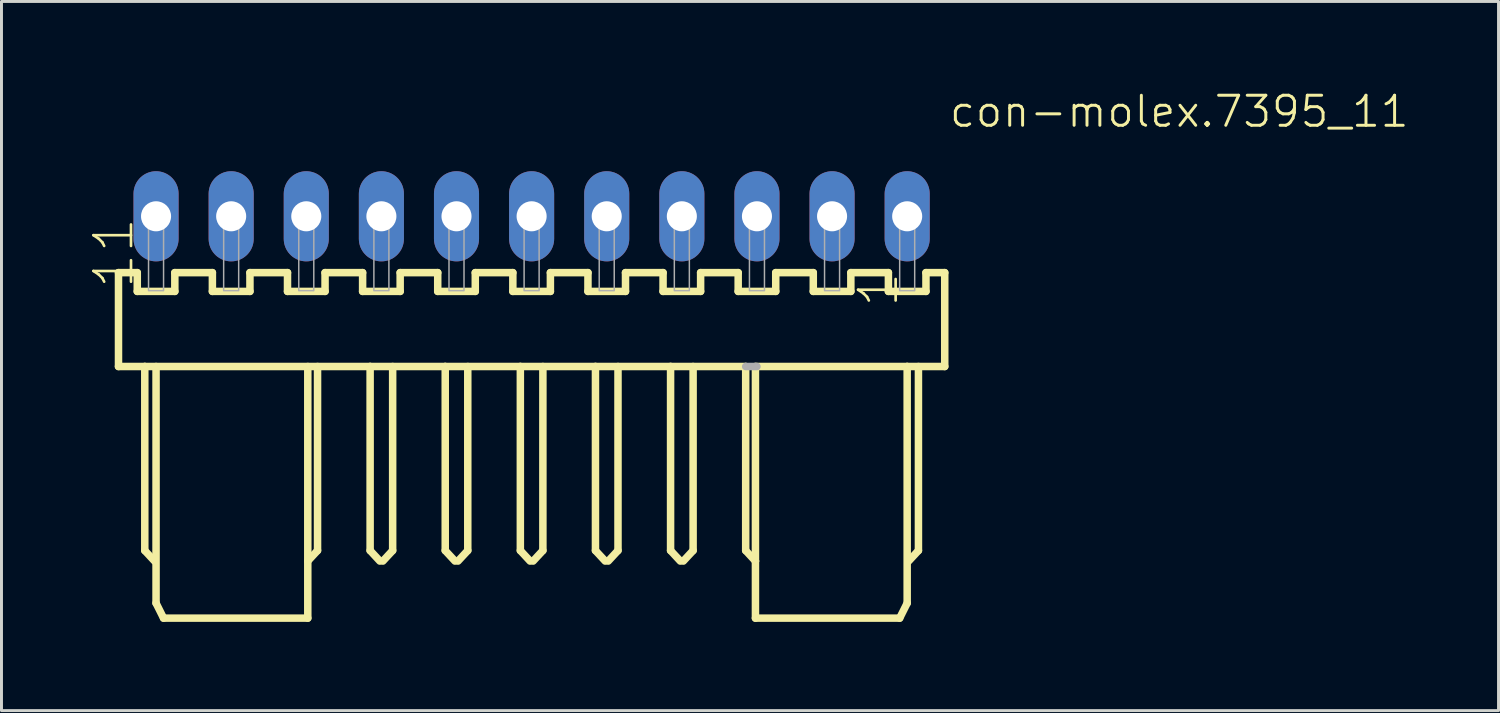
<source format=kicad_pcb>
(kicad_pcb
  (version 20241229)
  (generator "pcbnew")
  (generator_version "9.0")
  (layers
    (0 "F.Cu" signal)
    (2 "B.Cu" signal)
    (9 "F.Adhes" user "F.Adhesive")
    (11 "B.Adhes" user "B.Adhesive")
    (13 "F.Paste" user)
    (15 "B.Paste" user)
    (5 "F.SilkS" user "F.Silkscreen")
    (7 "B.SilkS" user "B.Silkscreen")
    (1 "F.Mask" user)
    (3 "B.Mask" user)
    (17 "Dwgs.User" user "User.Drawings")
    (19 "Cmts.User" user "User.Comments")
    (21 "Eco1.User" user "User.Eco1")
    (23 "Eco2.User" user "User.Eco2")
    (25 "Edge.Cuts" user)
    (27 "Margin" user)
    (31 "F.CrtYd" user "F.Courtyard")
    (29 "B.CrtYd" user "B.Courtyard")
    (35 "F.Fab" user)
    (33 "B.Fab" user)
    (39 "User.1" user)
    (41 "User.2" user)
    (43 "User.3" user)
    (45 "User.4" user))
  (footprint "con-molex.7395_11"
    (layer "F.Cu")
    (at 14.927 4.264)
    (property "Reference" "con-molex.7395_11" (at 14.07 -2.948 180) (layer "F.SilkS") (effects (font (size 1.016 1.016) (thickness 0.1)) (justify left bottom)))
    (attr through_hole)
    (fp_line (start -13.97 1.905) (end -13.97 5.08) (stroke (width 0.254) (type default)) (layer "F.SilkS"))
    (fp_line (start -13.97 5.08) (end -13.081 5.08) (stroke (width 0.254) (type default)) (layer "F.SilkS"))
    (fp_line (start -13.335 1.905) (end -13.97 1.905) (stroke (width 0.254) (type default)) (layer "F.SilkS"))
    (fp_line (start -13.335 2.54) (end -13.335 1.905) (stroke (width 0.254) (type default)) (layer "F.SilkS"))
    (fp_line (start -13.081 5.08) (end -13.081 11.303) (stroke (width 0.254) (type default)) (layer "F.SilkS"))
    (fp_line (start -13.081 5.08) (end -5.461 5.08) (stroke (width 0.254) (type default)) (layer "F.SilkS"))
    (fp_line (start -13.081 11.303) (end -12.751 11.659) (stroke (width 0.254) (type default)) (layer "F.SilkS"))
    (fp_line (start -12.7 5.08) (end -12.7 13.081) (stroke (width 0.254) (type default)) (layer "F.SilkS"))
    (fp_line (start -12.7 13.081) (end -12.446 13.589) (stroke (width 0.254) (type default)) (layer "F.SilkS"))
    (fp_line (start -12.446 13.589) (end -7.569 13.589) (stroke (width 0.254) (type default)) (layer "F.SilkS"))
    (fp_line (start -12.065 1.905) (end -12.065 2.54) (stroke (width 0.254) (type default)) (layer "F.SilkS"))
    (fp_line (start -12.065 2.54) (end -13.335 2.54) (stroke (width 0.254) (type default)) (layer "F.SilkS"))
    (fp_line (start -10.795 1.905) (end -12.065 1.905) (stroke (width 0.254) (type default)) (layer "F.SilkS"))
    (fp_line (start -10.795 2.54) (end -10.795 1.905) (stroke (width 0.254) (type default)) (layer "F.SilkS"))
    (fp_line (start -9.525 1.905) (end -9.525 2.54) (stroke (width 0.254) (type default)) (layer "F.SilkS"))
    (fp_line (start -9.525 2.54) (end -10.795 2.54) (stroke (width 0.254) (type default)) (layer "F.SilkS"))
    (fp_line (start -8.255 1.905) (end -9.525 1.905) (stroke (width 0.254) (type default)) (layer "F.SilkS"))
    (fp_line (start -8.255 2.54) (end -8.255 1.905) (stroke (width 0.254) (type default)) (layer "F.SilkS"))
    (fp_line (start -7.569 13.589) (end -7.569 5.08) (stroke (width 0.254) (type default)) (layer "F.SilkS"))
    (fp_line (start -7.239 5.08) (end -7.239 11.303) (stroke (width 0.254) (type default)) (layer "F.SilkS"))
    (fp_line (start -7.239 11.303) (end -7.569 11.659) (stroke (width 0.254) (type default)) (layer "F.SilkS"))
    (fp_line (start -6.985 1.905) (end -6.985 2.54) (stroke (width 0.254) (type default)) (layer "F.SilkS"))
    (fp_line (start -6.985 2.54) (end -8.255 2.54) (stroke (width 0.254) (type default)) (layer "F.SilkS"))
    (fp_line (start -5.715 1.905) (end -6.985 1.905) (stroke (width 0.254) (type default)) (layer "F.SilkS"))
    (fp_line (start -5.715 2.54) (end -5.715 1.905) (stroke (width 0.254) (type default)) (layer "F.SilkS"))
    (fp_line (start -5.461 5.08) (end -5.461 11.303) (stroke (width 0.254) (type default)) (layer "F.SilkS"))
    (fp_line (start -5.461 5.08) (end -2.921 5.08) (stroke (width 0.254) (type default)) (layer "F.SilkS"))
    (fp_line (start -5.461 11.303) (end -5.131 11.659) (stroke (width 0.254) (type default)) (layer "F.SilkS"))
    (fp_line (start -4.699 5.08) (end -4.699 11.303) (stroke (width 0.254) (type default)) (layer "F.SilkS"))
    (fp_line (start -4.699 11.303) (end -5.029 11.659) (stroke (width 0.254) (type default)) (layer "F.SilkS"))
    (fp_line (start -4.445 1.905) (end -4.445 2.54) (stroke (width 0.254) (type default)) (layer "F.SilkS"))
    (fp_line (start -4.445 2.54) (end -5.715 2.54) (stroke (width 0.254) (type default)) (layer "F.SilkS"))
    (fp_line (start -3.175 1.905) (end -4.445 1.905) (stroke (width 0.254) (type default)) (layer "F.SilkS"))
    (fp_line (start -3.175 2.54) (end -3.175 1.905) (stroke (width 0.254) (type default)) (layer "F.SilkS"))
    (fp_line (start -2.921 5.08) (end -2.921 11.303) (stroke (width 0.254) (type default)) (layer "F.SilkS"))
    (fp_line (start -2.921 5.08) (end -0.381 5.08) (stroke (width 0.254) (type default)) (layer "F.SilkS"))
    (fp_line (start -2.921 11.303) (end -2.591 11.659) (stroke (width 0.254) (type default)) (layer "F.SilkS"))
    (fp_line (start -2.159 5.08) (end -2.159 11.303) (stroke (width 0.254) (type default)) (layer "F.SilkS"))
    (fp_line (start -2.159 11.303) (end -2.489 11.659) (stroke (width 0.254) (type default)) (layer "F.SilkS"))
    (fp_line (start -1.905 1.905) (end -1.905 2.54) (stroke (width 0.254) (type default)) (layer "F.SilkS"))
    (fp_line (start -1.905 2.54) (end -3.175 2.54) (stroke (width 0.254) (type default)) (layer "F.SilkS"))
    (fp_line (start -0.635 1.905) (end -1.905 1.905) (stroke (width 0.254) (type default)) (layer "F.SilkS"))
    (fp_line (start -0.635 2.54) (end -0.635 1.905) (stroke (width 0.254) (type default)) (layer "F.SilkS"))
    (fp_line (start -0.381 5.08) (end -0.381 11.303) (stroke (width 0.254) (type default)) (layer "F.SilkS"))
    (fp_line (start -0.381 5.08) (end 2.159 5.08) (stroke (width 0.254) (type default)) (layer "F.SilkS"))
    (fp_line (start -0.381 11.303) (end -0.051 11.659) (stroke (width 0.254) (type default)) (layer "F.SilkS"))
    (fp_line (start 0.381 5.08) (end 0.381 11.303) (stroke (width 0.254) (type default)) (layer "F.SilkS"))
    (fp_line (start 0.381 11.303) (end 0.051 11.659) (stroke (width 0.254) (type default)) (layer "F.SilkS"))
    (fp_line (start 0.635 1.905) (end 0.635 2.54) (stroke (width 0.254) (type default)) (layer "F.SilkS"))
    (fp_line (start 0.635 2.54) (end -0.635 2.54) (stroke (width 0.254) (type default)) (layer "F.SilkS"))
    (fp_line (start 1.905 1.905) (end 0.635 1.905) (stroke (width 0.254) (type default)) (layer "F.SilkS"))
    (fp_line (start 1.905 2.54) (end 1.905 1.905) (stroke (width 0.254) (type default)) (layer "F.SilkS"))
    (fp_line (start 2.159 5.08) (end 2.159 11.303) (stroke (width 0.254) (type default)) (layer "F.SilkS"))
    (fp_line (start 2.159 5.08) (end 4.699 5.08) (stroke (width 0.254) (type default)) (layer "F.SilkS"))
    (fp_line (start 2.159 11.303) (end 2.489 11.659) (stroke (width 0.254) (type default)) (layer "F.SilkS"))
    (fp_line (start 2.921 5.08) (end 2.921 11.303) (stroke (width 0.254) (type default)) (layer "F.SilkS"))
    (fp_line (start 2.921 11.303) (end 2.591 11.659) (stroke (width 0.254) (type default)) (layer "F.SilkS"))
    (fp_line (start 3.175 1.905) (end 3.175 2.54) (stroke (width 0.254) (type default)) (layer "F.SilkS"))
    (fp_line (start 3.175 2.54) (end 1.905 2.54) (stroke (width 0.254) (type default)) (layer "F.SilkS"))
    (fp_line (start 4.445 1.905) (end 3.175 1.905) (stroke (width 0.254) (type default)) (layer "F.SilkS"))
    (fp_line (start 4.445 2.54) (end 4.445 1.905) (stroke (width 0.254) (type default)) (layer "F.SilkS"))
    (fp_line (start 4.699 5.08) (end 4.699 11.303) (stroke (width 0.254) (type default)) (layer "F.SilkS"))
    (fp_line (start 4.699 5.08) (end 7.239 5.08) (stroke (width 0.254) (type default)) (layer "F.SilkS"))
    (fp_line (start 4.699 11.303) (end 5.029 11.659) (stroke (width 0.254) (type default)) (layer "F.SilkS"))
    (fp_line (start 5.461 5.08) (end 5.461 11.303) (stroke (width 0.254) (type default)) (layer "F.SilkS"))
    (fp_line (start 5.461 11.303) (end 5.131 11.659) (stroke (width 0.254) (type default)) (layer "F.SilkS"))
    (fp_line (start 5.715 1.905) (end 5.715 2.54) (stroke (width 0.254) (type default)) (layer "F.SilkS"))
    (fp_line (start 5.715 2.54) (end 4.445 2.54) (stroke (width 0.254) (type default)) (layer "F.SilkS"))
    (fp_line (start 6.985 1.905) (end 5.715 1.905) (stroke (width 0.254) (type default)) (layer "F.SilkS"))
    (fp_line (start 6.985 2.54) (end 6.985 1.905) (stroke (width 0.254) (type default)) (layer "F.SilkS"))
    (fp_line (start 7.239 5.08) (end 7.239 11.303) (stroke (width 0.254) (type default)) (layer "F.SilkS"))
    (fp_line (start 7.239 5.08) (end 7.569 5.08) (stroke (width 0.127) (type default)) (layer "F.SilkS"))
    (fp_line (start 7.239 11.303) (end 7.569 11.659) (stroke (width 0.254) (type default)) (layer "F.SilkS"))
    (fp_line (start 7.569 5.08) (end 12.7 5.08) (stroke (width 0.254) (type default)) (layer "F.SilkS"))
    (fp_line (start 7.569 11.659) (end 7.569 5.08) (stroke (width 0.254) (type default)) (layer "F.SilkS"))
    (fp_line (start 7.569 13.589) (end 7.569 11.659) (stroke (width 0.254) (type default)) (layer "F.SilkS"))
    (fp_line (start 8.255 1.905) (end 8.255 2.54) (stroke (width 0.254) (type default)) (layer "F.SilkS"))
    (fp_line (start 8.255 2.54) (end 6.985 2.54) (stroke (width 0.254) (type default)) (layer "F.SilkS"))
    (fp_line (start 9.525 1.905) (end 8.255 1.905) (stroke (width 0.254) (type default)) (layer "F.SilkS"))
    (fp_line (start 9.525 2.54) (end 9.525 1.905) (stroke (width 0.254) (type default)) (layer "F.SilkS"))
    (fp_line (start 10.795 1.905) (end 10.795 2.54) (stroke (width 0.254) (type default)) (layer "F.SilkS"))
    (fp_line (start 10.795 2.54) (end 9.525 2.54) (stroke (width 0.254) (type default)) (layer "F.SilkS"))
    (fp_line (start 12.065 1.905) (end 10.795 1.905) (stroke (width 0.254) (type default)) (layer "F.SilkS"))
    (fp_line (start 12.065 2.54) (end 12.065 1.905) (stroke (width 0.254) (type default)) (layer "F.SilkS"))
    (fp_line (start 12.446 13.589) (end 7.569 13.589) (stroke (width 0.254) (type default)) (layer "F.SilkS"))
    (fp_line (start 12.7 5.08) (end 12.7 13.081) (stroke (width 0.254) (type default)) (layer "F.SilkS"))
    (fp_line (start 12.7 5.08) (end 13.97 5.08) (stroke (width 0.254) (type default)) (layer "F.SilkS"))
    (fp_line (start 12.7 13.081) (end 12.446 13.589) (stroke (width 0.254) (type default)) (layer "F.SilkS"))
    (fp_line (start 13.081 5.08) (end 13.081 11.303) (stroke (width 0.254) (type default)) (layer "F.SilkS"))
    (fp_line (start 13.081 11.303) (end 12.751 11.659) (stroke (width 0.254) (type default)) (layer "F.SilkS"))
    (fp_line (start 13.335 1.905) (end 13.335 2.54) (stroke (width 0.254) (type default)) (layer "F.SilkS"))
    (fp_line (start 13.335 2.54) (end 12.065 2.54) (stroke (width 0.254) (type default)) (layer "F.SilkS"))
    (fp_line (start 13.97 1.905) (end 13.335 1.905) (stroke (width 0.254) (type default)) (layer "F.SilkS"))
    (fp_line (start 13.97 5.08) (end 13.97 1.905) (stroke (width 0.254) (type default)) (layer "F.SilkS"))
    (fp_line (start 7.62 5.08) (end 7.239 5.08) (stroke (width 0.254) (type default)) (layer "F.Fab"))
    (fp_rect (start -12.954 0.254) (end -12.446 -0.254) (stroke (width 0.05) (type default)) (fill no) (layer "F.Fab"))
    (fp_rect (start -12.954 2.515) (end -12.446 0.279) (stroke (width 0.05) (type default)) (fill no) (layer "F.Fab"))
    (fp_rect (start -10.414 0.254) (end -9.906 -0.254) (stroke (width 0.05) (type default)) (fill no) (layer "F.Fab"))
    (fp_rect (start -10.414 2.515) (end -9.906 0.279) (stroke (width 0.05) (type default)) (fill no) (layer "F.Fab"))
    (fp_rect (start -7.874 0.254) (end -7.366 -0.254) (stroke (width 0.05) (type default)) (fill no) (layer "F.Fab"))
    (fp_rect (start -7.874 2.515) (end -7.366 0.279) (stroke (width 0.05) (type default)) (fill no) (layer "F.Fab"))
    (fp_rect (start -5.334 0.254) (end -4.826 -0.254) (stroke (width 0.05) (type default)) (fill no) (layer "F.Fab"))
    (fp_rect (start -5.334 2.515) (end -4.826 0.279) (stroke (width 0.05) (type default)) (fill no) (layer "F.Fab"))
    (fp_rect (start -2.794 0.254) (end -2.286 -0.254) (stroke (width 0.05) (type default)) (fill no) (layer "F.Fab"))
    (fp_rect (start -2.794 2.515) (end -2.286 0.279) (stroke (width 0.05) (type default)) (fill no) (layer "F.Fab"))
    (fp_rect (start -0.254 0.254) (end 0.254 -0.254) (stroke (width 0.05) (type default)) (fill no) (layer "F.Fab"))
    (fp_rect (start -0.254 2.515) (end 0.254 0.279) (stroke (width 0.05) (type default)) (fill no) (layer "F.Fab"))
    (fp_rect (start 2.286 0.254) (end 2.794 -0.254) (stroke (width 0.05) (type default)) (fill no) (layer "F.Fab"))
    (fp_rect (start 2.286 2.515) (end 2.794 0.279) (stroke (width 0.05) (type default)) (fill no) (layer "F.Fab"))
    (fp_rect (start 4.826 0.254) (end 5.334 -0.254) (stroke (width 0.05) (type default)) (fill no) (layer "F.Fab"))
    (fp_rect (start 4.826 2.515) (end 5.334 0.279) (stroke (width 0.05) (type default)) (fill no) (layer "F.Fab"))
    (fp_rect (start 7.366 0.254) (end 7.874 -0.254) (stroke (width 0.05) (type default)) (fill no) (layer "F.Fab"))
    (fp_rect (start 7.366 2.515) (end 7.874 0.279) (stroke (width 0.05) (type default)) (fill no) (layer "F.Fab"))
    (fp_rect (start 9.906 0.254) (end 10.414 -0.254) (stroke (width 0.05) (type default)) (fill no) (layer "F.Fab"))
    (fp_rect (start 9.906 2.515) (end 10.414 0.279) (stroke (width 0.05) (type default)) (fill no) (layer "F.Fab"))
    (fp_rect (start 12.446 0.254) (end 12.954 -0.254) (stroke (width 0.05) (type default)) (fill no) (layer "F.Fab"))
    (fp_rect (start 12.446 2.515) (end 12.954 0.279) (stroke (width 0.05) (type default)) (fill no) (layer "F.Fab"))
    (fp_text user "1" (at 12.47 3.148 270) (layer "F.SilkS") (effects (font (size 1.27 1.27) (thickness 0.09)) (justify left bottom)))
    (fp_text user "11" (at -13.387 2.513 270) (layer "F.SilkS") (effects (font (size 1.27 1.27) (thickness 0.09)) (justify left bottom)))
    (pad "1" thru_hole oval (at 12.7 0 90) (size 3.048 1.524) (drill 1.016) (layers "*.Cu" "*.Mask"))
    (pad "2" thru_hole oval (at 10.16 0 90) (size 3.048 1.524) (drill 1.016) (layers "*.Cu" "*.Mask"))
    (pad "3" thru_hole oval (at 7.62 0 90) (size 3.048 1.524) (drill 1.016) (layers "*.Cu" "*.Mask"))
    (pad "4" thru_hole oval (at 5.08 0 90) (size 3.048 1.524) (drill 1.016) (layers "*.Cu" "*.Mask"))
    (pad "5" thru_hole oval (at 2.54 0 90) (size 3.048 1.524) (drill 1.016) (layers "*.Cu" "*.Mask"))
    (pad "6" thru_hole oval (at 0 0 90) (size 3.048 1.524) (drill 1.016) (layers "*.Cu" "*.Mask"))
    (pad "7" thru_hole oval (at -2.54 0 90) (size 3.048 1.524) (drill 1.016) (layers "*.Cu" "*.Mask"))
    (pad "8" thru_hole oval (at -5.08 0 90) (size 3.048 1.524) (drill 1.016) (layers "*.Cu" "*.Mask"))
    (pad "9" thru_hole oval (at -7.62 0 90) (size 3.048 1.524) (drill 1.016) (layers "*.Cu" "*.Mask"))
    (pad "10" thru_hole oval (at -10.16 0 90) (size 3.048 1.524) (drill 1.016) (layers "*.Cu" "*.Mask"))
    (pad "11" thru_hole oval (at -12.7 0 90) (size 3.048 1.524) (drill 1.016) (layers "*.Cu" "*.Mask")))
  (gr_rect
    (start -3 -3)
    (end 47.624 20.98)
    (stroke (width 0.1) (type default))
    (fill no)
    (layer "Edge.Cuts")))
</source>
